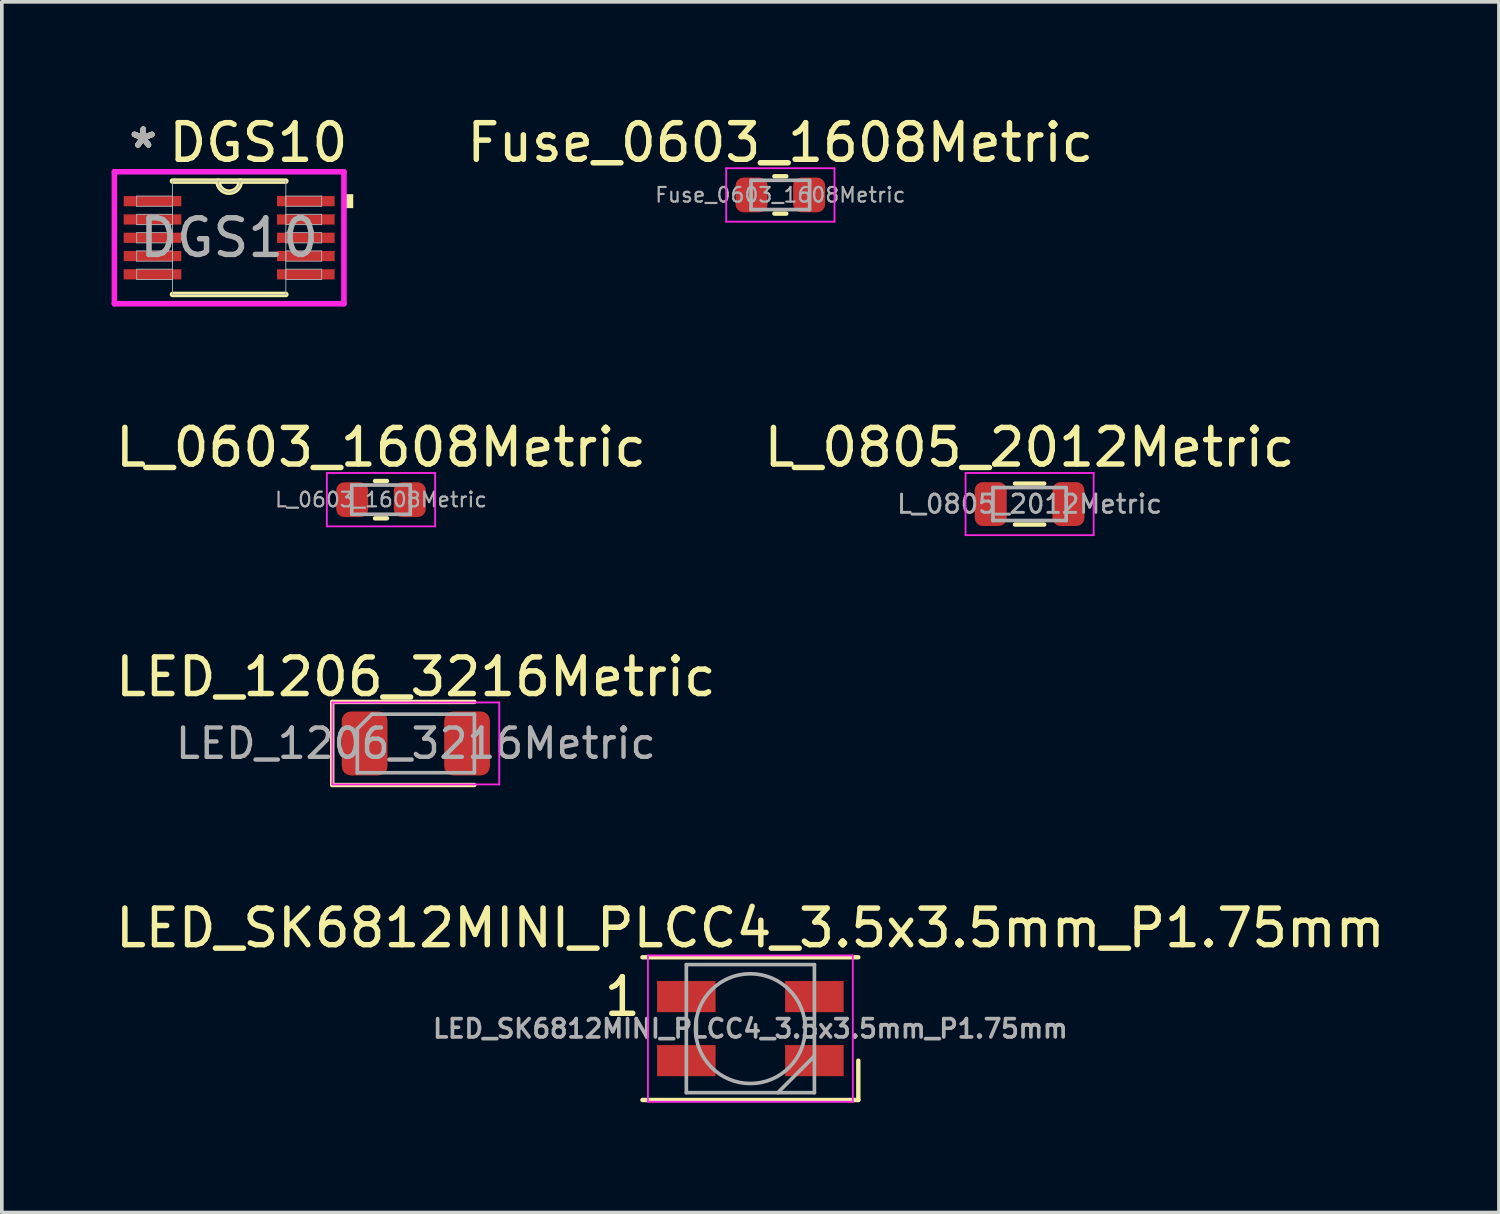
<source format=kicad_pcb>
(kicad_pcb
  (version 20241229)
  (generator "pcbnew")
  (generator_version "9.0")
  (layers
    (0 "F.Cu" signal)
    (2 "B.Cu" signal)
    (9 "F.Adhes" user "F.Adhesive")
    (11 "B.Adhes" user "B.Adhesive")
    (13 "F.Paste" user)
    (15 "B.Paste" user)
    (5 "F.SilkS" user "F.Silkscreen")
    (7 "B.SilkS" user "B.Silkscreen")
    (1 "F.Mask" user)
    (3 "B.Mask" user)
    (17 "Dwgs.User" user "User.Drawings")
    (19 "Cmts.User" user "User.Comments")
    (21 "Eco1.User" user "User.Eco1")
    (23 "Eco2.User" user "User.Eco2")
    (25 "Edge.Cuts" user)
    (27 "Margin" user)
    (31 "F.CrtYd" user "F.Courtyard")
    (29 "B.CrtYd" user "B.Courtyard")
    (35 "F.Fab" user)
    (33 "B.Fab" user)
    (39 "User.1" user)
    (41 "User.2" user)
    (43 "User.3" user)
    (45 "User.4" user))
  (footprint "LED_SK6812MINI_PLCC4_3.5x3.5mm_P1.75mm"
    (layer "F.Cu")
    (at 17.458 25.063)
    (property "Reference" "LED_SK6812MINI_PLCC4_3.5x3.5mm_P1.75mm" (at 0 -2.75 0) (layer "F.SilkS") (effects (font (size 1 1) (thickness 0.15))))
    (attr smd)
    (fp_line (start -2.95 -1.95) (end 2.95 -1.95) (stroke (width 0.12) (type solid)) (layer "F.SilkS"))
    (fp_line (start -2.95 1.95) (end 2.95 1.95) (stroke (width 0.12) (type solid)) (layer "F.SilkS"))
    (fp_line (start 2.95 1.95) (end 2.95 0.875) (stroke (width 0.12) (type solid)) (layer "F.SilkS"))
    (fp_line (start -2.8 -2) (end -2.8 2) (stroke (width 0.05) (type solid)) (layer "F.CrtYd"))
    (fp_line (start -2.8 2) (end 2.8 2) (stroke (width 0.05) (type solid)) (layer "F.CrtYd"))
    (fp_line (start 2.8 -2) (end -2.8 -2) (stroke (width 0.05) (type solid)) (layer "F.CrtYd"))
    (fp_line (start 2.8 2) (end 2.8 -2) (stroke (width 0.05) (type solid)) (layer "F.CrtYd"))
    (fp_line (start -1.75 -1.75) (end -1.75 1.75) (stroke (width 0.1) (type solid)) (layer "F.Fab"))
    (fp_line (start -1.75 1.75) (end 1.75 1.75) (stroke (width 0.1) (type solid)) (layer "F.Fab"))
    (fp_line (start 1.75 -1.75) (end -1.75 -1.75) (stroke (width 0.1) (type solid)) (layer "F.Fab"))
    (fp_line (start 1.75 0.75) (end 0.75 1.75) (stroke (width 0.1) (type solid)) (layer "F.Fab"))
    (fp_line (start 1.75 1.75) (end 1.75 -1.75) (stroke (width 0.1) (type solid)) (layer "F.Fab"))
    (fp_circle (center 0 0) (end 0 -1.5) (stroke (width 0.1) (type solid)) (fill no) (layer "F.Fab"))
    (fp_text user "1" (at -3.5 -0.875 0) (layer "F.SilkS") (effects (font (size 1 1) (thickness 0.15))))
    (fp_text user "${REFERENCE}" (at 0 0 0) (layer "F.Fab") (effects (font (size 0.5 0.5) (thickness 0.1))))
    (pad "1" smd rect (at -1.75 -0.875) (size 1.6 0.85) (layers "F.Cu" "F.Mask" "F.Paste"))
    (pad "2" smd rect (at -1.75 0.875) (size 1.6 0.85) (layers "F.Cu" "F.Mask" "F.Paste"))
    (pad "3" smd rect (at 1.75 0.875) (size 1.6 0.85) (layers "F.Cu" "F.Mask" "F.Paste"))
    (pad "4" smd rect (at 1.75 -0.875) (size 1.6 0.85) (layers "F.Cu" "F.Mask" "F.Paste")))
  (footprint "L_0603_1608Metric"
    (layer "F.Cu")
    (at 7.363 10.606)
    (property "Reference" "L_0603_1608Metric" (at 0 -1.43 0) (layer "F.SilkS") (effects (font (size 1 1) (thickness 0.15))))
    (attr smd)
    (fp_line (start -0.163 -0.51) (end 0.163 -0.51) (stroke (width 0.12) (type solid)) (layer "F.SilkS"))
    (fp_line (start -0.163 0.51) (end 0.163 0.51) (stroke (width 0.12) (type solid)) (layer "F.SilkS"))
    (fp_line (start -1.48 -0.73) (end 1.48 -0.73) (stroke (width 0.05) (type solid)) (layer "F.CrtYd"))
    (fp_line (start -1.48 0.73) (end -1.48 -0.73) (stroke (width 0.05) (type solid)) (layer "F.CrtYd"))
    (fp_line (start 1.48 -0.73) (end 1.48 0.73) (stroke (width 0.05) (type solid)) (layer "F.CrtYd"))
    (fp_line (start 1.48 0.73) (end -1.48 0.73) (stroke (width 0.05) (type solid)) (layer "F.CrtYd"))
    (fp_line (start -0.8 -0.4) (end 0.8 -0.4) (stroke (width 0.1) (type solid)) (layer "F.Fab"))
    (fp_line (start -0.8 0.4) (end -0.8 -0.4) (stroke (width 0.1) (type solid)) (layer "F.Fab"))
    (fp_line (start 0.8 -0.4) (end 0.8 0.4) (stroke (width 0.1) (type solid)) (layer "F.Fab"))
    (fp_line (start 0.8 0.4) (end -0.8 0.4) (stroke (width 0.1) (type solid)) (layer "F.Fab"))
    (fp_text user "${REFERENCE}" (at 0 0 0) (layer "F.Fab") (effects (font (size 0.4 0.4) (thickness 0.06))))
    (pad "1" smd roundrect (at -0.787 0 180) (size 0.875 0.95) (layers "F.Cu" "F.Mask" "F.Paste") (roundrect_rratio 0.25))
    (pad "2" smd roundrect (at 0.787 0 180) (size 0.875 0.95) (layers "F.Cu" "F.Mask" "F.Paste") (roundrect_rratio 0.25)))
  (footprint "LED_1206_3216Metric"
    (layer "F.Cu")
    (at 8.315 17.269)
    (property "Reference" "LED_1206_3216Metric" (at 0 -1.82 0) (layer "F.SilkS") (effects (font (size 1 1) (thickness 0.15))))
    (attr smd)
    (fp_line (start -2.285 -1.135) (end -2.285 1.135) (stroke (width 0.12) (type solid)) (layer "F.SilkS"))
    (fp_line (start -2.285 1.135) (end 1.6 1.135) (stroke (width 0.12) (type solid)) (layer "F.SilkS"))
    (fp_line (start 1.6 -1.135) (end -2.285 -1.135) (stroke (width 0.12) (type solid)) (layer "F.SilkS"))
    (fp_line (start -2.28 -1.12) (end 2.28 -1.12) (stroke (width 0.05) (type solid)) (layer "F.CrtYd"))
    (fp_line (start -2.28 1.12) (end -2.28 -1.12) (stroke (width 0.05) (type solid)) (layer "F.CrtYd"))
    (fp_line (start 2.28 -1.12) (end 2.28 1.12) (stroke (width 0.05) (type solid)) (layer "F.CrtYd"))
    (fp_line (start 2.28 1.12) (end -2.28 1.12) (stroke (width 0.05) (type solid)) (layer "F.CrtYd"))
    (fp_line (start -1.6 -0.4) (end -1.6 0.8) (stroke (width 0.1) (type solid)) (layer "F.Fab"))
    (fp_line (start -1.6 0.8) (end 1.6 0.8) (stroke (width 0.1) (type solid)) (layer "F.Fab"))
    (fp_line (start -1.2 -0.8) (end -1.6 -0.4) (stroke (width 0.1) (type solid)) (layer "F.Fab"))
    (fp_line (start 1.6 -0.8) (end -1.2 -0.8) (stroke (width 0.1) (type solid)) (layer "F.Fab"))
    (fp_line (start 1.6 0.8) (end 1.6 -0.8) (stroke (width 0.1) (type solid)) (layer "F.Fab"))
    (fp_text user "${REFERENCE}" (at 0 0 0) (layer "F.Fab") (effects (font (size 0.8 0.8) (thickness 0.12))))
    (pad "1" smd roundrect (at -1.4 0) (size 1.25 1.75) (layers "F.Cu" "F.Mask" "F.Paste") (roundrect_rratio 0.2))
    (pad "2" smd roundrect (at 1.4 0) (size 1.25 1.75) (layers "F.Cu" "F.Mask" "F.Paste") (roundrect_rratio 0.2)))
  (footprint "Fuse_0603_1608Metric"
    (layer "F.Cu")
    (at 18.277 2.278)
    (property "Reference" "Fuse_0603_1608Metric" (at 0 -1.43 0) (layer "F.SilkS") (effects (font (size 1 1) (thickness 0.15))))
    (attr smd)
    (fp_line (start -0.163 -0.51) (end 0.163 -0.51) (stroke (width 0.12) (type solid)) (layer "F.SilkS"))
    (fp_line (start -0.163 0.51) (end 0.163 0.51) (stroke (width 0.12) (type solid)) (layer "F.SilkS"))
    (fp_line (start -1.48 -0.73) (end 1.48 -0.73) (stroke (width 0.05) (type solid)) (layer "F.CrtYd"))
    (fp_line (start -1.48 0.73) (end -1.48 -0.73) (stroke (width 0.05) (type solid)) (layer "F.CrtYd"))
    (fp_line (start 1.48 -0.73) (end 1.48 0.73) (stroke (width 0.05) (type solid)) (layer "F.CrtYd"))
    (fp_line (start 1.48 0.73) (end -1.48 0.73) (stroke (width 0.05) (type solid)) (layer "F.CrtYd"))
    (fp_line (start -0.8 -0.4) (end 0.8 -0.4) (stroke (width 0.1) (type solid)) (layer "F.Fab"))
    (fp_line (start -0.8 0.4) (end -0.8 -0.4) (stroke (width 0.1) (type solid)) (layer "F.Fab"))
    (fp_line (start 0.8 -0.4) (end 0.8 0.4) (stroke (width 0.1) (type solid)) (layer "F.Fab"))
    (fp_line (start 0.8 0.4) (end -0.8 0.4) (stroke (width 0.1) (type solid)) (layer "F.Fab"))
    (fp_text user "${REFERENCE}" (at 0 0 0) (layer "F.Fab") (effects (font (size 0.4 0.4) (thickness 0.06))))
    (pad "1" smd roundrect (at -0.787 0 180) (size 0.875 0.95) (layers "F.Cu" "F.Mask" "F.Paste") (roundrect_rratio 0.25))
    (pad "2" smd roundrect (at 0.787 0 180) (size 0.875 0.95) (layers "F.Cu" "F.Mask" "F.Paste") (roundrect_rratio 0.25)))
  (footprint "DGS10"
    (layer "F.Cu")
    (at 3.213 3.448)
    (property "Reference" "DGS10" (at 0.8 -2.6 0) (unlocked yes) (layer "F.SilkS") (effects (font (size 1 1) (thickness 0.15))))
    (attr smd)
    (fp_line (start -1.549 1.549) (end 1.549 1.549) (stroke (width 0.152) (type solid)) (layer "F.SilkS"))
    (fp_line (start 1.549 -1.549) (end -1.549 -1.549) (stroke (width 0.152) (type solid)) (layer "F.SilkS"))
    (fp_arc (start 0.3048 -1.5494) (mid 0 -1.2446) (end -0.3048 -1.5494) (stroke (width 0.1524) (type solid)) (layer "F.SilkS"))
    (fp_poly (pts (xy 3.391 -1.191) (xy 3.391 -0.81) (xy 3.137 -0.81) (xy 3.137 -1.191)) (stroke (width 0) (type solid)) (fill yes) (layer "F.SilkS"))
    (fp_line (start -3.137 -1.803) (end 3.137 -1.803) (stroke (width 0.152) (type solid)) (layer "F.CrtYd"))
    (fp_line (start -3.137 1.803) (end -3.137 -1.803) (stroke (width 0.152) (type solid)) (layer "F.CrtYd"))
    (fp_line (start 3.137 -1.803) (end 3.137 1.803) (stroke (width 0.152) (type solid)) (layer "F.CrtYd"))
    (fp_line (start 3.137 1.803) (end -3.137 1.803) (stroke (width 0.152) (type solid)) (layer "F.CrtYd"))
    (fp_line (start -2.527 -1.14) (end -2.527 -0.86) (stroke (width 0.025) (type solid)) (layer "F.Fab"))
    (fp_line (start -2.527 -0.86) (end -1.549 -0.86) (stroke (width 0.025) (type solid)) (layer "F.Fab"))
    (fp_line (start -2.527 -0.64) (end -2.527 -0.36) (stroke (width 0.025) (type solid)) (layer "F.Fab"))
    (fp_line (start -2.527 -0.36) (end -1.549 -0.36) (stroke (width 0.025) (type solid)) (layer "F.Fab"))
    (fp_line (start -2.527 -0.14) (end -2.527 0.14) (stroke (width 0.025) (type solid)) (layer "F.Fab"))
    (fp_line (start -2.527 0.14) (end -1.549 0.14) (stroke (width 0.025) (type solid)) (layer "F.Fab"))
    (fp_line (start -2.527 0.36) (end -2.527 0.64) (stroke (width 0.025) (type solid)) (layer "F.Fab"))
    (fp_line (start -2.527 0.64) (end -1.549 0.64) (stroke (width 0.025) (type solid)) (layer "F.Fab"))
    (fp_line (start -2.527 0.86) (end -2.527 1.14) (stroke (width 0.025) (type solid)) (layer "F.Fab"))
    (fp_line (start -2.527 1.14) (end -1.549 1.14) (stroke (width 0.025) (type solid)) (layer "F.Fab"))
    (fp_line (start -1.549 -1.549) (end -1.549 1.549) (stroke (width 0.025) (type solid)) (layer "F.Fab"))
    (fp_line (start -1.549 -1.14) (end -2.527 -1.14) (stroke (width 0.025) (type solid)) (layer "F.Fab"))
    (fp_line (start -1.549 -0.86) (end -1.549 -1.14) (stroke (width 0.025) (type solid)) (layer "F.Fab"))
    (fp_line (start -1.549 -0.64) (end -2.527 -0.64) (stroke (width 0.025) (type solid)) (layer "F.Fab"))
    (fp_line (start -1.549 -0.36) (end -1.549 -0.64) (stroke (width 0.025) (type solid)) (layer "F.Fab"))
    (fp_line (start -1.549 -0.14) (end -2.527 -0.14) (stroke (width 0.025) (type solid)) (layer "F.Fab"))
    (fp_line (start -1.549 0.14) (end -1.549 -0.14) (stroke (width 0.025) (type solid)) (layer "F.Fab"))
    (fp_line (start -1.549 0.36) (end -2.527 0.36) (stroke (width 0.025) (type solid)) (layer "F.Fab"))
    (fp_line (start -1.549 0.64) (end -1.549 0.36) (stroke (width 0.025) (type solid)) (layer "F.Fab"))
    (fp_line (start -1.549 0.86) (end -2.527 0.86) (stroke (width 0.025) (type solid)) (layer "F.Fab"))
    (fp_line (start -1.549 1.14) (end -1.549 0.86) (stroke (width 0.025) (type solid)) (layer "F.Fab"))
    (fp_line (start -1.549 1.549) (end 1.549 1.549) (stroke (width 0.025) (type solid)) (layer "F.Fab"))
    (fp_line (start 1.549 -1.549) (end -1.549 -1.549) (stroke (width 0.025) (type solid)) (layer "F.Fab"))
    (fp_line (start 1.549 -1.14) (end 1.549 -0.86) (stroke (width 0.025) (type solid)) (layer "F.Fab"))
    (fp_line (start 1.549 -0.86) (end 2.527 -0.86) (stroke (width 0.025) (type solid)) (layer "F.Fab"))
    (fp_line (start 1.549 -0.64) (end 1.549 -0.36) (stroke (width 0.025) (type solid)) (layer "F.Fab"))
    (fp_line (start 1.549 -0.36) (end 2.527 -0.36) (stroke (width 0.025) (type solid)) (layer "F.Fab"))
    (fp_line (start 1.549 -0.14) (end 1.549 0.14) (stroke (width 0.025) (type solid)) (layer "F.Fab"))
    (fp_line (start 1.549 0.14) (end 2.527 0.14) (stroke (width 0.025) (type solid)) (layer "F.Fab"))
    (fp_line (start 1.549 0.36) (end 1.549 0.64) (stroke (width 0.025) (type solid)) (layer "F.Fab"))
    (fp_line (start 1.549 0.64) (end 2.527 0.64) (stroke (width 0.025) (type solid)) (layer "F.Fab"))
    (fp_line (start 1.549 0.86) (end 1.549 1.14) (stroke (width 0.025) (type solid)) (layer "F.Fab"))
    (fp_line (start 1.549 1.14) (end 2.527 1.14) (stroke (width 0.025) (type solid)) (layer "F.Fab"))
    (fp_line (start 1.549 1.549) (end 1.549 -1.549) (stroke (width 0.025) (type solid)) (layer "F.Fab"))
    (fp_line (start 2.527 -1.14) (end 1.549 -1.14) (stroke (width 0.025) (type solid)) (layer "F.Fab"))
    (fp_line (start 2.527 -0.86) (end 2.527 -1.14) (stroke (width 0.025) (type solid)) (layer "F.Fab"))
    (fp_line (start 2.527 -0.64) (end 1.549 -0.64) (stroke (width 0.025) (type solid)) (layer "F.Fab"))
    (fp_line (start 2.527 -0.36) (end 2.527 -0.64) (stroke (width 0.025) (type solid)) (layer "F.Fab"))
    (fp_line (start 2.527 -0.14) (end 1.549 -0.14) (stroke (width 0.025) (type solid)) (layer "F.Fab"))
    (fp_line (start 2.527 0.14) (end 2.527 -0.14) (stroke (width 0.025) (type solid)) (layer "F.Fab"))
    (fp_line (start 2.527 0.36) (end 1.549 0.36) (stroke (width 0.025) (type solid)) (layer "F.Fab"))
    (fp_line (start 2.527 0.64) (end 2.527 0.36) (stroke (width 0.025) (type solid)) (layer "F.Fab"))
    (fp_line (start 2.527 0.86) (end 1.549 0.86) (stroke (width 0.025) (type solid)) (layer "F.Fab"))
    (fp_line (start 2.527 1.14) (end 2.527 0.86) (stroke (width 0.025) (type solid)) (layer "F.Fab"))
    (fp_arc (start 0.3048 -1.5494) (mid 0 -1.2446) (end -0.3048 -1.5494) (stroke (width 0.0254) (type solid)) (layer "F.Fab"))
    (fp_text user "*" (at -2.349 -2.422 0) (unlocked yes) (layer "F.SilkS") (effects (font (size 1 1) (thickness 0.15))))
    (fp_text user "*" (at -2.349 -2.422 0) (layer "F.SilkS") (effects (font (size 1 1) (thickness 0.15))))
    (fp_text user "*" (at -2.349 -2.422 0) (unlocked yes) (layer "F.Fab") (effects (font (size 1 1) (thickness 0.15))))
    (fp_text user "${REFERENCE}" (at 0 0 0) (unlocked yes) (layer "F.Fab") (effects (font (size 1 1) (thickness 0.15))))
    (fp_text user "*" (at -2.349 -2.422 0) (layer "F.Fab") (effects (font (size 1 1) (thickness 0.15))))
    (pad "1" smd rect (at -2.095 -1) (size 1.575 0.279) (layers "F.Cu" "F.Mask" "F.Paste"))
    (pad "2" smd rect (at -2.095 -0.5) (size 1.575 0.279) (layers "F.Cu" "F.Mask" "F.Paste"))
    (pad "3" smd rect (at -2.095 0) (size 1.575 0.279) (layers "F.Cu" "F.Mask" "F.Paste"))
    (pad "4" smd rect (at -2.095 0.5) (size 1.575 0.279) (layers "F.Cu" "F.Mask" "F.Paste"))
    (pad "5" smd rect (at -2.095 1) (size 1.575 0.279) (layers "F.Cu" "F.Mask" "F.Paste"))
    (pad "6" smd rect (at 2.095 1) (size 1.575 0.279) (layers "F.Cu" "F.Mask" "F.Paste"))
    (pad "7" smd rect (at 2.095 0.5) (size 1.575 0.279) (layers "F.Cu" "F.Mask" "F.Paste"))
    (pad "8" smd rect (at 2.095 0) (size 1.575 0.279) (layers "F.Cu" "F.Mask" "F.Paste"))
    (pad "9" smd rect (at 2.095 -0.5) (size 1.575 0.279) (layers "F.Cu" "F.Mask" "F.Paste"))
    (pad "10" smd rect (at 2.095 -1) (size 1.575 0.279) (layers "F.Cu" "F.Mask" "F.Paste")))
  (footprint "L_0805_2012Metric"
    (layer "F.Cu")
    (at 25.089 10.726)
    (property "Reference" "L_0805_2012Metric" (at 0 -1.55 0) (layer "F.SilkS") (effects (font (size 1 1) (thickness 0.15))))
    (attr smd)
    (fp_line (start -0.4 -0.56) (end 0.4 -0.56) (stroke (width 0.12) (type solid)) (layer "F.SilkS"))
    (fp_line (start -0.4 0.56) (end 0.4 0.56) (stroke (width 0.12) (type solid)) (layer "F.SilkS"))
    (fp_line (start -1.75 -0.85) (end 1.75 -0.85) (stroke (width 0.05) (type solid)) (layer "F.CrtYd"))
    (fp_line (start -1.75 0.85) (end -1.75 -0.85) (stroke (width 0.05) (type solid)) (layer "F.CrtYd"))
    (fp_line (start 1.75 -0.85) (end 1.75 0.85) (stroke (width 0.05) (type solid)) (layer "F.CrtYd"))
    (fp_line (start 1.75 0.85) (end -1.75 0.85) (stroke (width 0.05) (type solid)) (layer "F.CrtYd"))
    (fp_line (start -1 -0.45) (end 1 -0.45) (stroke (width 0.1) (type solid)) (layer "F.Fab"))
    (fp_line (start -1 0.45) (end -1 -0.45) (stroke (width 0.1) (type solid)) (layer "F.Fab"))
    (fp_line (start 1 -0.45) (end 1 0.45) (stroke (width 0.1) (type solid)) (layer "F.Fab"))
    (fp_line (start 1 0.45) (end -1 0.45) (stroke (width 0.1) (type solid)) (layer "F.Fab"))
    (fp_text user "${REFERENCE}" (at 0 0 0) (layer "F.Fab") (effects (font (size 0.5 0.5) (thickness 0.08))))
    (pad "1" smd roundrect (at -1.062 0 180) (size 0.875 1.2) (layers "F.Cu" "F.Mask" "F.Paste") (roundrect_rratio 0.25))
    (pad "2" smd roundrect (at 1.062 0 180) (size 0.875 1.2) (layers "F.Cu" "F.Mask" "F.Paste") (roundrect_rratio 0.25)))
  (gr_rect
    (start -3 -3)
    (end 37.917 30.088)
    (stroke (width 0.1) (type default))
    (fill no)
    (layer "Edge.Cuts")))
</source>
